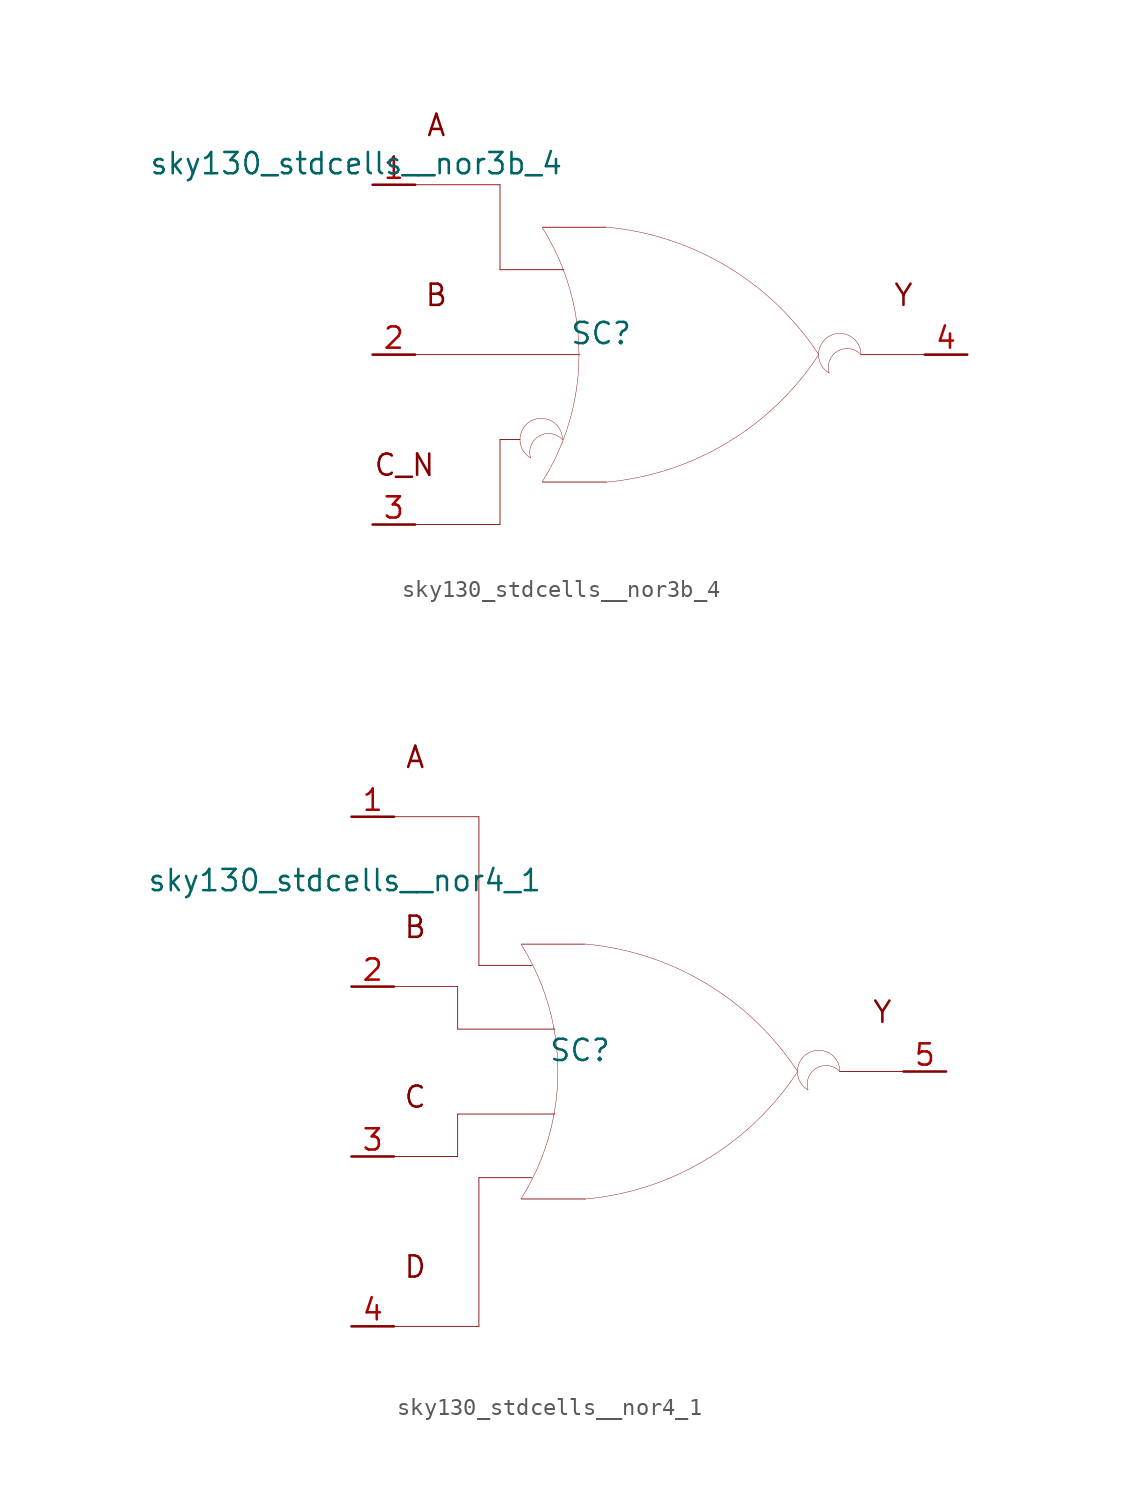
<source format=kicad_sym>
(kicad_symbol_lib
  (version 20211014)
  (generator kicad_symbol_editor)
  (symbol "sky130_stdcells__nor3b_4"
    (pin_names hide)
    (property "Reference" "SC"
      (at -4.115 1.27 0)
      (effects (font (size 1.27 1.27))))
    (property "Value" "sky130_stdcells__nor3b_4"
      (at -6.35 11.43 0)
      (effects (font (size 1.27 1.27)) (justify right)))
    (symbol "sky130_stdcells__nor3b_4_0_0"
      (arc (start -8.3312 -3.9801) (mid -8.9662 -5.08) (end -8.3312 -6.1799) (stroke (width 0.0254) (type default) (color 0 0 0 0)) (fill (type none)))
      (arc (start -7.6405 -7.6142) (mid -6.983 -6.458) (end -6.4362 -5.2456) (stroke (width 0.0254) (type default) (color 0 0 0 0)) (fill (type none)))
      (arc (start -6.4362 -5.2456) (mid -6.0013 -3.9755) (end -5.688 -2.6701) (stroke (width 0.0254) (type default) (color 0 0 0 0)) (fill (type none)))
      (arc (start -6.4262 -5.08) (mid -8.2831 -4.6057) (end -8.3312 -6.1799) (stroke (width 0.0254) (type default) (color 0 0 0 0)) (fill (type none)))
      (arc (start -6.4262 -5.08) (mid -7.0612 -3.9802) (end -8.3312 -3.9801) (stroke (width 0.0254) (type default) (color 0 0 0 0)) (fill (type none)))
      (arc (start -6.418 5.1993) (mid -6.9662 6.4248) (end -7.6273 7.5932) (stroke (width 0.0254) (type default) (color 0 0 0 0)) (fill (type none)))
      (arc (start -5.688 -2.6701) (mid -5.4988 -1.341) (end -5.4356 0) (stroke (width 0.0254) (type default) (color 0 0 0 0)) (fill (type none)))
      (arc (start -5.6834 2.6456) (mid -5.9911 3.9396) (end -6.418 5.1993) (stroke (width 0.0254) (type default) (color 0 0 0 0)) (fill (type none)))
      (arc (start -5.4356 0) (mid -5.4977 1.3286) (end -5.6834 2.6456) (stroke (width 0.0254) (type default) (color 0 0 0 0)) (fill (type none)))
      (arc (start -3.8212 -7.6288) (mid 3.3927 -5.2884) (end 8.8734 -0.0463) (stroke (width 0.0254) (type default) (color 0 0 0 0)) (fill (type none)))
      (polyline (pts (xy -15.24 -10.16) (xy -10.16 -10.16)) (stroke (width 0.051) (type default) (color 0 0 0 0)) (fill (type none)))
      (polyline (pts (xy -15.24 0) (xy -5.41 0)) (stroke (width 0.051) (type default) (color 0 0 0 0)) (fill (type none)))
      (polyline (pts (xy -15.24 10.16) (xy -10.16 10.16)) (stroke (width 0.051) (type default) (color 0 0 0 0)) (fill (type none)))
      (polyline (pts (xy -10.16 -5.08) (xy -10.16 -10.16)) (stroke (width 0.051) (type default) (color 0 0 0 0)) (fill (type none)))
      (polyline (pts (xy -10.16 -5.08) (xy -8.966 -5.08)) (stroke (width 0.051) (type default) (color 0 0 0 0)) (fill (type none)))
      (polyline (pts (xy -10.16 5.08) (xy -6.35 5.08)) (stroke (width 0.051) (type default) (color 0 0 0 0)) (fill (type none)))
      (polyline (pts (xy -10.16 10.16) (xy -10.16 5.08)) (stroke (width 0.051) (type default) (color 0 0 0 0)) (fill (type none)))
      (polyline (pts (xy -7.62 -7.62) (xy -3.81 -7.62)) (stroke (width 0.051) (type default) (color 0 0 0 0)) (fill (type none)))
      (polyline (pts (xy -7.62 7.62) (xy -3.81 7.62)) (stroke (width 0.051) (type default) (color 0 0 0 0)) (fill (type none)))
      (polyline (pts (xy 11.43 0) (xy 15.24 0)) (stroke (width 0.051) (type default) (color 0 0 0 0)) (fill (type none)))
      (arc (start 8.9061 -0.0034) (mid 3.4437 5.2578) (end -3.762 7.6234) (stroke (width 0.0254) (type default) (color 0 0 0 0)) (fill (type none)))
      (arc (start 9.525 1.0999) (mid 8.89 0) (end 9.525 -1.0999) (stroke (width 0.0254) (type default) (color 0 0 0 0)) (fill (type none)))
      (arc (start 11.43 0) (mid 9.5731 0.4743) (end 9.525 -1.0999) (stroke (width 0.0254) (type default) (color 0 0 0 0)) (fill (type none)))
      (arc (start 11.43 0) (mid 10.795 1.0998) (end 9.525 1.0999) (stroke (width 0.0254) (type default) (color 0 0 0 0)) (fill (type none)))
      (text "A" (at -13.97 13.716 0) (effects (font (size 1.27 1.27))))
      (text "B" (at -13.97 3.556 0) (effects (font (size 1.27 1.27))))
      (text "C_N" (at -15.875 -6.604 0) (effects (font (size 1.27 1.27))))
      (text "Y" (at 13.97 3.556 0) (effects (font (size 1.27 1.27)))))
    (symbol "sky130_stdcells__nor3b_4_1_1"
      (pin input line (at -17.78 10.16 0) (length 2.54) (name "A" (effects (font (size 1.092 1.092)))) (number "1" (effects (font (size 1.27 1.27)))))
      (pin input line (at -17.78 0 0) (length 2.54) (name "B" (effects (font (size 1.092 1.092)))) (number "2" (effects (font (size 1.27 1.27)))))
      (pin input line (at -17.78 -10.16 0) (length 2.54) (name "C_N" (effects (font (size 1.092 1.092)))) (number "3" (effects (font (size 1.27 1.27)))))
      (pin output line (at 17.78 0 180) (length 2.54) (name "Y" (effects (font (size 1.092 1.092)))) (number "4" (effects (font (size 1.27 1.27)))))))
  (symbol "sky130_stdcells__nor4_1"
    (pin_names hide)
    (property "Reference" "SC"
      (at -4.115 1.27 0)
      (effects (font (size 1.27 1.27))))
    (property "Value" "sky130_stdcells__nor4_1"
      (at -6.35 11.43 0)
      (effects (font (size 1.27 1.27)) (justify right)))
    (symbol "sky130_stdcells__nor4_1_0_0"
      (arc (start -7.6405 -7.6142) (mid -6.983 -6.458) (end -6.4362 -5.2456) (stroke (width 0.0254) (type default) (color 0 0 0 0)) (fill (type none)))
      (arc (start -6.4362 -5.2456) (mid -6.0013 -3.9755) (end -5.688 -2.6701) (stroke (width 0.0254) (type default) (color 0 0 0 0)) (fill (type none)))
      (arc (start -6.418 5.1993) (mid -6.9662 6.4248) (end -7.6273 7.5932) (stroke (width 0.0254) (type default) (color 0 0 0 0)) (fill (type none)))
      (arc (start -5.688 -2.6701) (mid -5.4988 -1.341) (end -5.4356 0) (stroke (width 0.0254) (type default) (color 0 0 0 0)) (fill (type none)))
      (arc (start -5.6834 2.6456) (mid -5.9911 3.9396) (end -6.418 5.1993) (stroke (width 0.0254) (type default) (color 0 0 0 0)) (fill (type none)))
      (arc (start -5.4356 0) (mid -5.4977 1.3286) (end -5.6834 2.6456) (stroke (width 0.0254) (type default) (color 0 0 0 0)) (fill (type none)))
      (arc (start -3.8212 -7.6288) (mid 3.3927 -5.2884) (end 8.8734 -0.0463) (stroke (width 0.0254) (type default) (color 0 0 0 0)) (fill (type none)))
      (polyline (pts (xy -15.24 -15.24) (xy -10.16 -15.24)) (stroke (width 0.051) (type default) (color 0 0 0 0)) (fill (type none)))
      (polyline (pts (xy -15.24 -5.08) (xy -11.43 -5.08)) (stroke (width 0.051) (type default) (color 0 0 0 0)) (fill (type none)))
      (polyline (pts (xy -15.24 5.08) (xy -11.43 5.08)) (stroke (width 0.051) (type default) (color 0 0 0 0)) (fill (type none)))
      (polyline (pts (xy -15.24 15.24) (xy -10.16 15.24)) (stroke (width 0.051) (type default) (color 0 0 0 0)) (fill (type none)))
      (polyline (pts (xy -11.43 -2.54) (xy -11.43 -5.08)) (stroke (width 0.051) (type default) (color 0 0 0 0)) (fill (type none)))
      (polyline (pts (xy -11.43 -2.54) (xy -5.613 -2.54)) (stroke (width 0.051) (type default) (color 0 0 0 0)) (fill (type none)))
      (polyline (pts (xy -11.43 2.54) (xy -5.613 2.54)) (stroke (width 0.051) (type default) (color 0 0 0 0)) (fill (type none)))
      (polyline (pts (xy -11.43 5.08) (xy -11.43 2.54)) (stroke (width 0.051) (type default) (color 0 0 0 0)) (fill (type none)))
      (polyline (pts (xy -10.16 -6.35) (xy -10.16 -15.24)) (stroke (width 0.051) (type default) (color 0 0 0 0)) (fill (type none)))
      (polyline (pts (xy -10.16 -6.35) (xy -6.985 -6.35)) (stroke (width 0.051) (type default) (color 0 0 0 0)) (fill (type none)))
      (polyline (pts (xy -10.16 6.35) (xy -6.985 6.35)) (stroke (width 0.051) (type default) (color 0 0 0 0)) (fill (type none)))
      (polyline (pts (xy -10.16 15.24) (xy -10.16 6.35)) (stroke (width 0.051) (type default) (color 0 0 0 0)) (fill (type none)))
      (polyline (pts (xy -7.62 -7.62) (xy -3.81 -7.62)) (stroke (width 0.051) (type default) (color 0 0 0 0)) (fill (type none)))
      (polyline (pts (xy -7.62 7.62) (xy -3.81 7.62)) (stroke (width 0.051) (type default) (color 0 0 0 0)) (fill (type none)))
      (polyline (pts (xy 11.43 0) (xy 15.24 0)) (stroke (width 0.051) (type default) (color 0 0 0 0)) (fill (type none)))
      (arc (start 8.9061 -0.0034) (mid 3.4437 5.2578) (end -3.762 7.6234) (stroke (width 0.0254) (type default) (color 0 0 0 0)) (fill (type none)))
      (arc (start 9.525 1.0999) (mid 8.89 0) (end 9.525 -1.0999) (stroke (width 0.0254) (type default) (color 0 0 0 0)) (fill (type none)))
      (arc (start 11.43 0) (mid 9.5731 0.4743) (end 9.525 -1.0999) (stroke (width 0.0254) (type default) (color 0 0 0 0)) (fill (type none)))
      (arc (start 11.43 0) (mid 10.795 1.0998) (end 9.525 1.0999) (stroke (width 0.0254) (type default) (color 0 0 0 0)) (fill (type none)))
      (text "A" (at -13.97 18.796 0) (effects (font (size 1.27 1.27))))
      (text "B" (at -13.97 8.636 0) (effects (font (size 1.27 1.27))))
      (text "C" (at -13.97 -1.524 0) (effects (font (size 1.27 1.27))))
      (text "D" (at -13.97 -11.684 0) (effects (font (size 1.27 1.27))))
      (text "Y" (at 13.97 3.556 0) (effects (font (size 1.27 1.27)))))
    (symbol "sky130_stdcells__nor4_1_1_1"
      (pin input line (at -17.78 15.24 0) (length 2.54) (name "A" (effects (font (size 1.092 1.092)))) (number "1" (effects (font (size 1.27 1.27)))))
      (pin input line (at -17.78 5.08 0) (length 2.54) (name "B" (effects (font (size 1.092 1.092)))) (number "2" (effects (font (size 1.27 1.27)))))
      (pin input line (at -17.78 -5.08 0) (length 2.54) (name "C" (effects (font (size 1.092 1.092)))) (number "3" (effects (font (size 1.27 1.27)))))
      (pin input line (at -17.78 -15.24 0) (length 2.54) (name "D" (effects (font (size 1.092 1.092)))) (number "4" (effects (font (size 1.27 1.27)))))
      (pin output line (at 17.78 0 180) (length 2.54) (name "Y" (effects (font (size 1.092 1.092)))) (number "5" (effects (font (size 1.27 1.27))))))))
</source>
